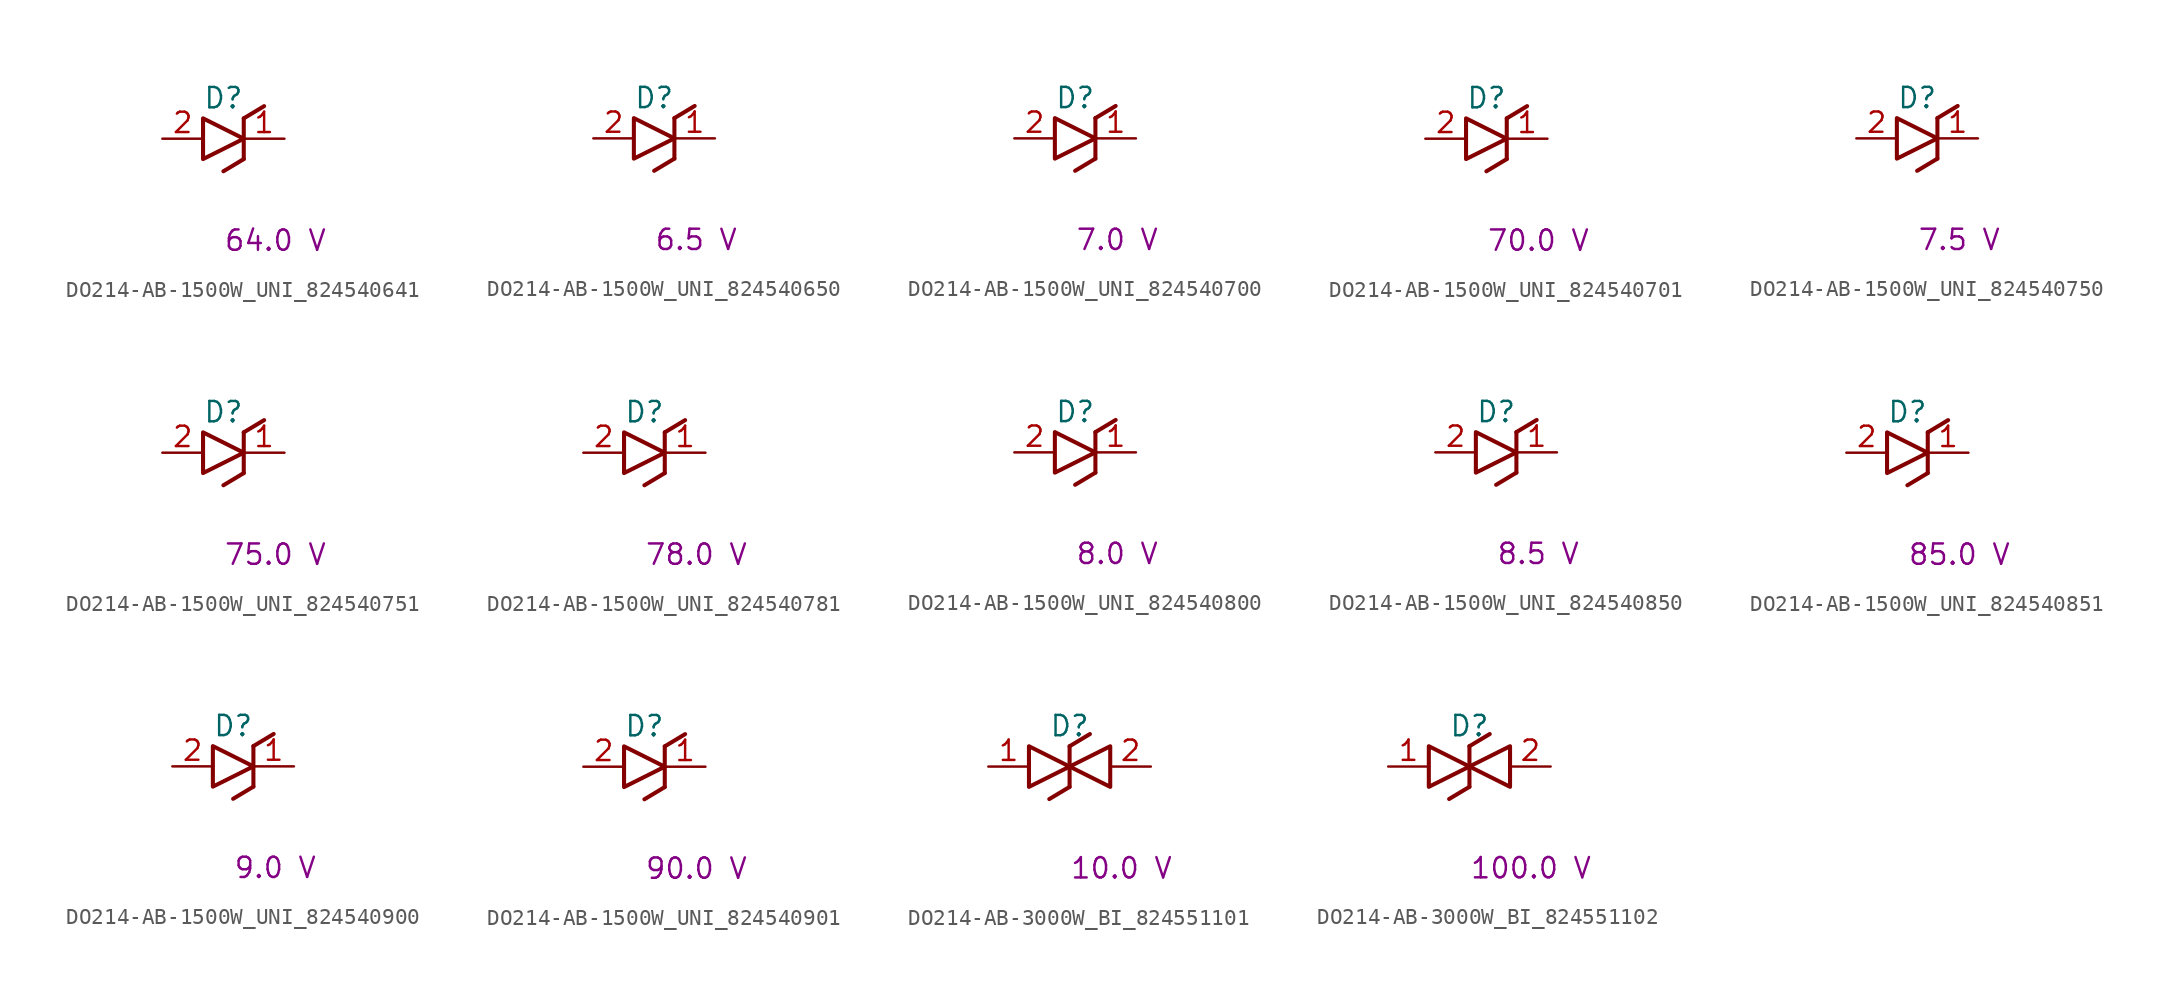
<source format=kicad_sym>
(kicad_symbol_lib
  (version 20220914)
  (generator kicad_symbol_editor)
  (symbol "DO214-AB-1500W_UNI_824540641"
    (pin_names hide)
    (property "Reference" "D"
      (at 0 2.54 0)
      (effects (font (size 1.27 1.27))))
    (property "Critical Parameter" "64.0 V"
      (at 0 -6.35 0)
      (effects (font (size 1.27 1.27)) (justify left)))
    (symbol "DO214-AB-1500W_UNI_824540641_1_1"
      (polyline (pts (xy 1.27 -1.27) (xy 0 -2.032)) (stroke (width 0.254) (type default)) (fill (type none)))
      (polyline (pts (xy 1.27 1.27) (xy 1.27 -1.27)) (stroke (width 0.254) (type default)) (fill (type none)))
      (polyline (pts (xy 1.27 1.27) (xy 2.54 2.032)) (stroke (width 0.254) (type default)) (fill (type none)))
      (polyline (pts (xy -1.27 1.27) (xy -1.27 -1.27) (xy 1.27 0) (xy -1.27 1.27)) (stroke (width 0.254) (type default)) (fill (type none)))
      (pin passive line (at -3.81 0 0) (length 2.54) (name "Anode" (effects (font (size 1.27 1.27)))) (number "2" (effects (font (size 1.27 1.27)))))
      (pin passive line (at 3.81 0 180) (length 2.54) (name "Cathode" (effects (font (size 1.27 1.27)))) (number "1" (effects (font (size 1.27 1.27)))))))
  (symbol "DO214-AB-1500W_UNI_824540650"
    (pin_names hide)
    (property "Reference" "D"
      (at 0 2.54 0)
      (effects (font (size 1.27 1.27))))
    (property "Critical Parameter" "6.5 V"
      (at 0 -6.35 0)
      (effects (font (size 1.27 1.27)) (justify left)))
    (symbol "DO214-AB-1500W_UNI_824540650_1_1"
      (polyline (pts (xy 1.27 -1.27) (xy 0 -2.032)) (stroke (width 0.254) (type default)) (fill (type none)))
      (polyline (pts (xy 1.27 1.27) (xy 1.27 -1.27)) (stroke (width 0.254) (type default)) (fill (type none)))
      (polyline (pts (xy 1.27 1.27) (xy 2.54 2.032)) (stroke (width 0.254) (type default)) (fill (type none)))
      (polyline (pts (xy -1.27 1.27) (xy -1.27 -1.27) (xy 1.27 0) (xy -1.27 1.27)) (stroke (width 0.254) (type default)) (fill (type none)))
      (pin passive line (at -3.81 0 0) (length 2.54) (name "Anode" (effects (font (size 1.27 1.27)))) (number "2" (effects (font (size 1.27 1.27)))))
      (pin passive line (at 3.81 0 180) (length 2.54) (name "Cathode" (effects (font (size 1.27 1.27)))) (number "1" (effects (font (size 1.27 1.27)))))))
  (symbol "DO214-AB-1500W_UNI_824540700"
    (pin_names hide)
    (property "Reference" "D"
      (at 0 2.54 0)
      (effects (font (size 1.27 1.27))))
    (property "Critical Parameter" "7.0 V"
      (at 0 -6.35 0)
      (effects (font (size 1.27 1.27)) (justify left)))
    (symbol "DO214-AB-1500W_UNI_824540700_1_1"
      (polyline (pts (xy 1.27 -1.27) (xy 0 -2.032)) (stroke (width 0.254) (type default)) (fill (type none)))
      (polyline (pts (xy 1.27 1.27) (xy 1.27 -1.27)) (stroke (width 0.254) (type default)) (fill (type none)))
      (polyline (pts (xy 1.27 1.27) (xy 2.54 2.032)) (stroke (width 0.254) (type default)) (fill (type none)))
      (polyline (pts (xy -1.27 1.27) (xy -1.27 -1.27) (xy 1.27 0) (xy -1.27 1.27)) (stroke (width 0.254) (type default)) (fill (type none)))
      (pin passive line (at -3.81 0 0) (length 2.54) (name "Anode" (effects (font (size 1.27 1.27)))) (number "2" (effects (font (size 1.27 1.27)))))
      (pin passive line (at 3.81 0 180) (length 2.54) (name "Cathode" (effects (font (size 1.27 1.27)))) (number "1" (effects (font (size 1.27 1.27)))))))
  (symbol "DO214-AB-1500W_UNI_824540701"
    (pin_names hide)
    (property "Reference" "D"
      (at 0 2.54 0)
      (effects (font (size 1.27 1.27))))
    (property "Critical Parameter" "70.0 V"
      (at 0 -6.35 0)
      (effects (font (size 1.27 1.27)) (justify left)))
    (symbol "DO214-AB-1500W_UNI_824540701_1_1"
      (polyline (pts (xy 1.27 -1.27) (xy 0 -2.032)) (stroke (width 0.254) (type default)) (fill (type none)))
      (polyline (pts (xy 1.27 1.27) (xy 1.27 -1.27)) (stroke (width 0.254) (type default)) (fill (type none)))
      (polyline (pts (xy 1.27 1.27) (xy 2.54 2.032)) (stroke (width 0.254) (type default)) (fill (type none)))
      (polyline (pts (xy -1.27 1.27) (xy -1.27 -1.27) (xy 1.27 0) (xy -1.27 1.27)) (stroke (width 0.254) (type default)) (fill (type none)))
      (pin passive line (at -3.81 0 0) (length 2.54) (name "Anode" (effects (font (size 1.27 1.27)))) (number "2" (effects (font (size 1.27 1.27)))))
      (pin passive line (at 3.81 0 180) (length 2.54) (name "Cathode" (effects (font (size 1.27 1.27)))) (number "1" (effects (font (size 1.27 1.27)))))))
  (symbol "DO214-AB-1500W_UNI_824540750"
    (pin_names hide)
    (property "Reference" "D"
      (at 0 2.54 0)
      (effects (font (size 1.27 1.27))))
    (property "Critical Parameter" "7.5 V"
      (at 0 -6.35 0)
      (effects (font (size 1.27 1.27)) (justify left)))
    (symbol "DO214-AB-1500W_UNI_824540750_1_1"
      (polyline (pts (xy 1.27 -1.27) (xy 0 -2.032)) (stroke (width 0.254) (type default)) (fill (type none)))
      (polyline (pts (xy 1.27 1.27) (xy 1.27 -1.27)) (stroke (width 0.254) (type default)) (fill (type none)))
      (polyline (pts (xy 1.27 1.27) (xy 2.54 2.032)) (stroke (width 0.254) (type default)) (fill (type none)))
      (polyline (pts (xy -1.27 1.27) (xy -1.27 -1.27) (xy 1.27 0) (xy -1.27 1.27)) (stroke (width 0.254) (type default)) (fill (type none)))
      (pin passive line (at -3.81 0 0) (length 2.54) (name "Anode" (effects (font (size 1.27 1.27)))) (number "2" (effects (font (size 1.27 1.27)))))
      (pin passive line (at 3.81 0 180) (length 2.54) (name "Cathode" (effects (font (size 1.27 1.27)))) (number "1" (effects (font (size 1.27 1.27)))))))
  (symbol "DO214-AB-1500W_UNI_824540751"
    (pin_names hide)
    (property "Reference" "D"
      (at 0 2.54 0)
      (effects (font (size 1.27 1.27))))
    (property "Critical Parameter" "75.0 V"
      (at 0 -6.35 0)
      (effects (font (size 1.27 1.27)) (justify left)))
    (symbol "DO214-AB-1500W_UNI_824540751_1_1"
      (polyline (pts (xy 1.27 -1.27) (xy 0 -2.032)) (stroke (width 0.254) (type default)) (fill (type none)))
      (polyline (pts (xy 1.27 1.27) (xy 1.27 -1.27)) (stroke (width 0.254) (type default)) (fill (type none)))
      (polyline (pts (xy 1.27 1.27) (xy 2.54 2.032)) (stroke (width 0.254) (type default)) (fill (type none)))
      (polyline (pts (xy -1.27 1.27) (xy -1.27 -1.27) (xy 1.27 0) (xy -1.27 1.27)) (stroke (width 0.254) (type default)) (fill (type none)))
      (pin passive line (at -3.81 0 0) (length 2.54) (name "Anode" (effects (font (size 1.27 1.27)))) (number "2" (effects (font (size 1.27 1.27)))))
      (pin passive line (at 3.81 0 180) (length 2.54) (name "Cathode" (effects (font (size 1.27 1.27)))) (number "1" (effects (font (size 1.27 1.27)))))))
  (symbol "DO214-AB-1500W_UNI_824540781"
    (pin_names hide)
    (property "Reference" "D"
      (at 0 2.54 0)
      (effects (font (size 1.27 1.27))))
    (property "Critical Parameter" "78.0 V"
      (at 0 -6.35 0)
      (effects (font (size 1.27 1.27)) (justify left)))
    (symbol "DO214-AB-1500W_UNI_824540781_1_1"
      (polyline (pts (xy 1.27 -1.27) (xy 0 -2.032)) (stroke (width 0.254) (type default)) (fill (type none)))
      (polyline (pts (xy 1.27 1.27) (xy 1.27 -1.27)) (stroke (width 0.254) (type default)) (fill (type none)))
      (polyline (pts (xy 1.27 1.27) (xy 2.54 2.032)) (stroke (width 0.254) (type default)) (fill (type none)))
      (polyline (pts (xy -1.27 1.27) (xy -1.27 -1.27) (xy 1.27 0) (xy -1.27 1.27)) (stroke (width 0.254) (type default)) (fill (type none)))
      (pin passive line (at -3.81 0 0) (length 2.54) (name "Anode" (effects (font (size 1.27 1.27)))) (number "2" (effects (font (size 1.27 1.27)))))
      (pin passive line (at 3.81 0 180) (length 2.54) (name "Cathode" (effects (font (size 1.27 1.27)))) (number "1" (effects (font (size 1.27 1.27)))))))
  (symbol "DO214-AB-1500W_UNI_824540800"
    (pin_names hide)
    (property "Reference" "D"
      (at 0 2.54 0)
      (effects (font (size 1.27 1.27))))
    (property "Critical Parameter" "8.0 V"
      (at 0 -6.35 0)
      (effects (font (size 1.27 1.27)) (justify left)))
    (symbol "DO214-AB-1500W_UNI_824540800_1_1"
      (polyline (pts (xy 1.27 -1.27) (xy 0 -2.032)) (stroke (width 0.254) (type default)) (fill (type none)))
      (polyline (pts (xy 1.27 1.27) (xy 1.27 -1.27)) (stroke (width 0.254) (type default)) (fill (type none)))
      (polyline (pts (xy 1.27 1.27) (xy 2.54 2.032)) (stroke (width 0.254) (type default)) (fill (type none)))
      (polyline (pts (xy -1.27 1.27) (xy -1.27 -1.27) (xy 1.27 0) (xy -1.27 1.27)) (stroke (width 0.254) (type default)) (fill (type none)))
      (pin passive line (at -3.81 0 0) (length 2.54) (name "Anode" (effects (font (size 1.27 1.27)))) (number "2" (effects (font (size 1.27 1.27)))))
      (pin passive line (at 3.81 0 180) (length 2.54) (name "Cathode" (effects (font (size 1.27 1.27)))) (number "1" (effects (font (size 1.27 1.27)))))))
  (symbol "DO214-AB-1500W_UNI_824540850"
    (pin_names hide)
    (property "Reference" "D"
      (at 0 2.54 0)
      (effects (font (size 1.27 1.27))))
    (property "Critical Parameter" "8.5 V"
      (at 0 -6.35 0)
      (effects (font (size 1.27 1.27)) (justify left)))
    (symbol "DO214-AB-1500W_UNI_824540850_1_1"
      (polyline (pts (xy 1.27 -1.27) (xy 0 -2.032)) (stroke (width 0.254) (type default)) (fill (type none)))
      (polyline (pts (xy 1.27 1.27) (xy 1.27 -1.27)) (stroke (width 0.254) (type default)) (fill (type none)))
      (polyline (pts (xy 1.27 1.27) (xy 2.54 2.032)) (stroke (width 0.254) (type default)) (fill (type none)))
      (polyline (pts (xy -1.27 1.27) (xy -1.27 -1.27) (xy 1.27 0) (xy -1.27 1.27)) (stroke (width 0.254) (type default)) (fill (type none)))
      (pin passive line (at -3.81 0 0) (length 2.54) (name "Anode" (effects (font (size 1.27 1.27)))) (number "2" (effects (font (size 1.27 1.27)))))
      (pin passive line (at 3.81 0 180) (length 2.54) (name "Cathode" (effects (font (size 1.27 1.27)))) (number "1" (effects (font (size 1.27 1.27)))))))
  (symbol "DO214-AB-1500W_UNI_824540851"
    (pin_names hide)
    (property "Reference" "D"
      (at 0 2.54 0)
      (effects (font (size 1.27 1.27))))
    (property "Critical Parameter" "85.0 V"
      (at 0 -6.35 0)
      (effects (font (size 1.27 1.27)) (justify left)))
    (symbol "DO214-AB-1500W_UNI_824540851_1_1"
      (polyline (pts (xy 1.27 -1.27) (xy 0 -2.032)) (stroke (width 0.254) (type default)) (fill (type none)))
      (polyline (pts (xy 1.27 1.27) (xy 1.27 -1.27)) (stroke (width 0.254) (type default)) (fill (type none)))
      (polyline (pts (xy 1.27 1.27) (xy 2.54 2.032)) (stroke (width 0.254) (type default)) (fill (type none)))
      (polyline (pts (xy -1.27 1.27) (xy -1.27 -1.27) (xy 1.27 0) (xy -1.27 1.27)) (stroke (width 0.254) (type default)) (fill (type none)))
      (pin passive line (at -3.81 0 0) (length 2.54) (name "Anode" (effects (font (size 1.27 1.27)))) (number "2" (effects (font (size 1.27 1.27)))))
      (pin passive line (at 3.81 0 180) (length 2.54) (name "Cathode" (effects (font (size 1.27 1.27)))) (number "1" (effects (font (size 1.27 1.27)))))))
  (symbol "DO214-AB-1500W_UNI_824540900"
    (pin_names hide)
    (property "Reference" "D"
      (at 0 2.54 0)
      (effects (font (size 1.27 1.27))))
    (property "Critical Parameter" "9.0 V"
      (at 0 -6.35 0)
      (effects (font (size 1.27 1.27)) (justify left)))
    (symbol "DO214-AB-1500W_UNI_824540900_1_1"
      (polyline (pts (xy 1.27 -1.27) (xy 0 -2.032)) (stroke (width 0.254) (type default)) (fill (type none)))
      (polyline (pts (xy 1.27 1.27) (xy 1.27 -1.27)) (stroke (width 0.254) (type default)) (fill (type none)))
      (polyline (pts (xy 1.27 1.27) (xy 2.54 2.032)) (stroke (width 0.254) (type default)) (fill (type none)))
      (polyline (pts (xy -1.27 1.27) (xy -1.27 -1.27) (xy 1.27 0) (xy -1.27 1.27)) (stroke (width 0.254) (type default)) (fill (type none)))
      (pin passive line (at -3.81 0 0) (length 2.54) (name "Anode" (effects (font (size 1.27 1.27)))) (number "2" (effects (font (size 1.27 1.27)))))
      (pin passive line (at 3.81 0 180) (length 2.54) (name "Cathode" (effects (font (size 1.27 1.27)))) (number "1" (effects (font (size 1.27 1.27)))))))
  (symbol "DO214-AB-1500W_UNI_824540901"
    (pin_names hide)
    (property "Reference" "D"
      (at 0 2.54 0)
      (effects (font (size 1.27 1.27))))
    (property "Critical Parameter" "90.0 V"
      (at 0 -6.35 0)
      (effects (font (size 1.27 1.27)) (justify left)))
    (symbol "DO214-AB-1500W_UNI_824540901_1_1"
      (polyline (pts (xy 1.27 -1.27) (xy 0 -2.032)) (stroke (width 0.254) (type default)) (fill (type none)))
      (polyline (pts (xy 1.27 1.27) (xy 1.27 -1.27)) (stroke (width 0.254) (type default)) (fill (type none)))
      (polyline (pts (xy 1.27 1.27) (xy 2.54 2.032)) (stroke (width 0.254) (type default)) (fill (type none)))
      (polyline (pts (xy -1.27 1.27) (xy -1.27 -1.27) (xy 1.27 0) (xy -1.27 1.27)) (stroke (width 0.254) (type default)) (fill (type none)))
      (pin passive line (at -3.81 0 0) (length 2.54) (name "Anode" (effects (font (size 1.27 1.27)))) (number "2" (effects (font (size 1.27 1.27)))))
      (pin passive line (at 3.81 0 180) (length 2.54) (name "Cathode" (effects (font (size 1.27 1.27)))) (number "1" (effects (font (size 1.27 1.27)))))))
  (symbol "DO214-AB-3000W_BI_824551101"
    (pin_names hide)
    (property "Reference" "D"
      (at 0 2.54 0)
      (effects (font (size 1.27 1.27))))
    (property "Critical Parameter" "10.0 V"
      (at 0 -6.35 0)
      (effects (font (size 1.27 1.27)) (justify left)))
    (symbol "DO214-AB-3000W_BI_824551101_0_1"
      (polyline (pts (xy -2.54 1.27) (xy -2.54 -1.27) (xy 2.54 1.27) (xy 2.54 -1.27) (xy -2.54 1.27)) (stroke (width 0.254) (type default)) (fill (type none))))
    (symbol "DO214-AB-3000W_BI_824551101_1_1"
      (polyline (pts (xy 0 -1.27) (xy -1.27 -2.032)) (stroke (width 0.254) (type default)) (fill (type none)))
      (polyline (pts (xy 0 1.27) (xy 0 -1.27)) (stroke (width 0.254) (type default)) (fill (type none)))
      (polyline (pts (xy 0 1.27) (xy 1.27 2.032)) (stroke (width 0.254) (type default)) (fill (type none)))
      (pin passive line (at -5.08 0 0) (length 2.54) (name "1" (effects (font (size 1.27 1.27)))) (number "1" (effects (font (size 1.27 1.27)))))
      (pin passive line (at 5.08 0 180) (length 2.54) (name "2" (effects (font (size 1.27 1.27)))) (number "2" (effects (font (size 1.27 1.27)))))))
  (symbol "DO214-AB-3000W_BI_824551102"
    (pin_names hide)
    (property "Reference" "D"
      (at 0 2.54 0)
      (effects (font (size 1.27 1.27))))
    (property "Critical Parameter" "100.0 V"
      (at 0 -6.35 0)
      (effects (font (size 1.27 1.27)) (justify left)))
    (symbol "DO214-AB-3000W_BI_824551102_0_1"
      (polyline (pts (xy -2.54 1.27) (xy -2.54 -1.27) (xy 2.54 1.27) (xy 2.54 -1.27) (xy -2.54 1.27)) (stroke (width 0.254) (type default)) (fill (type none))))
    (symbol "DO214-AB-3000W_BI_824551102_1_1"
      (polyline (pts (xy 0 -1.27) (xy -1.27 -2.032)) (stroke (width 0.254) (type default)) (fill (type none)))
      (polyline (pts (xy 0 1.27) (xy 0 -1.27)) (stroke (width 0.254) (type default)) (fill (type none)))
      (polyline (pts (xy 0 1.27) (xy 1.27 2.032)) (stroke (width 0.254) (type default)) (fill (type none)))
      (pin passive line (at -5.08 0 0) (length 2.54) (name "1" (effects (font (size 1.27 1.27)))) (number "1" (effects (font (size 1.27 1.27)))))
      (pin passive line (at 5.08 0 180) (length 2.54) (name "2" (effects (font (size 1.27 1.27)))) (number "2" (effects (font (size 1.27 1.27))))))))
</source>
